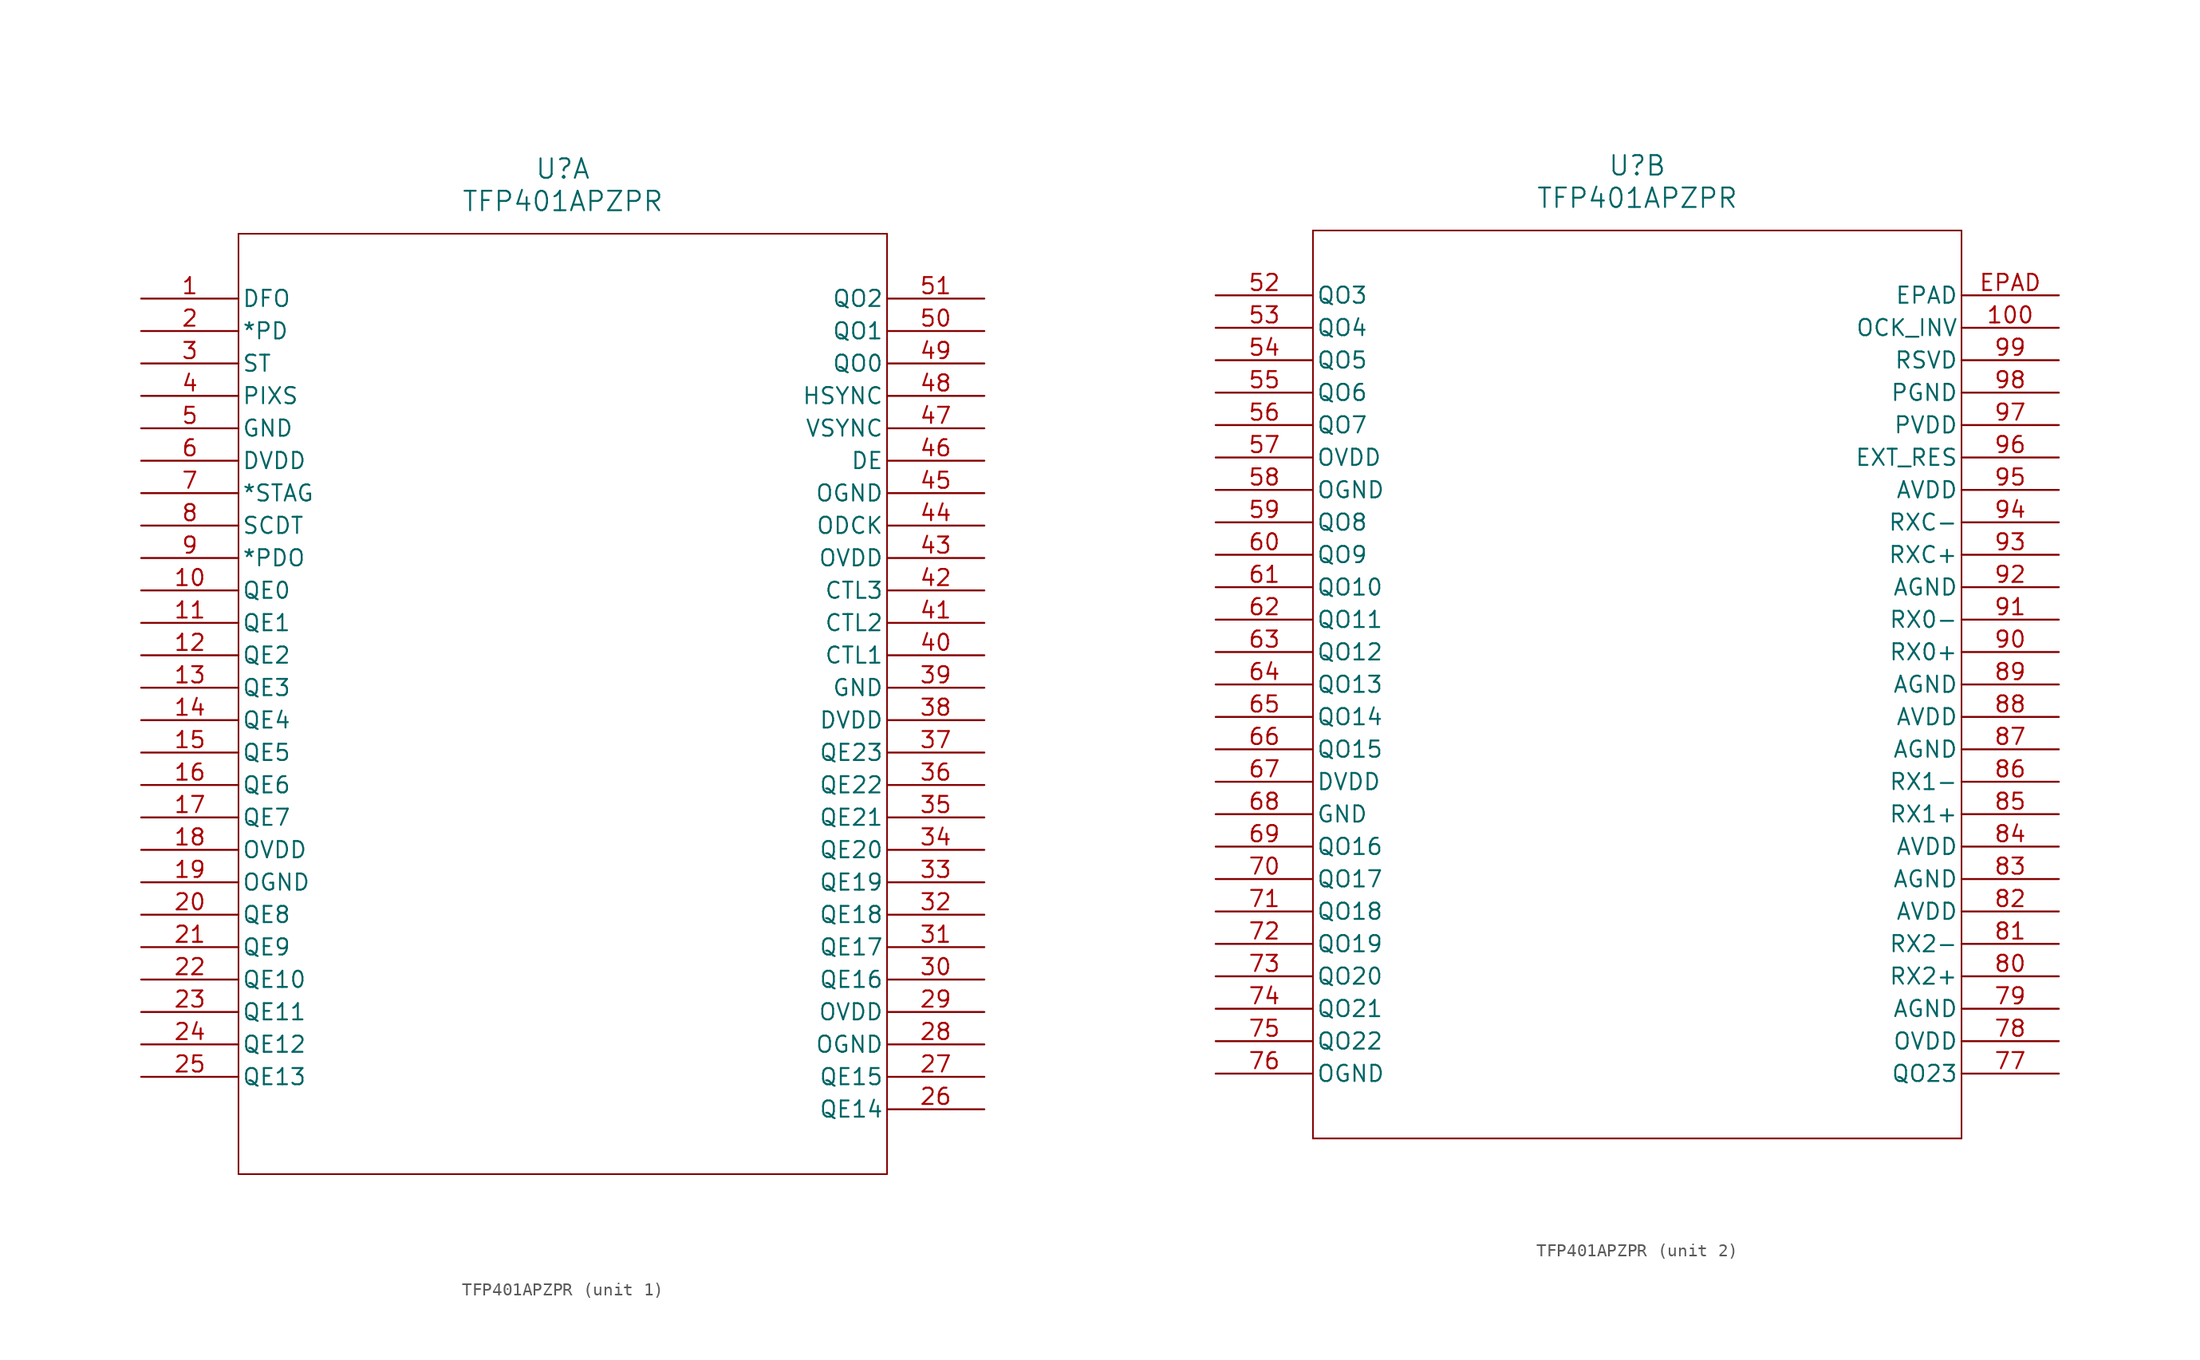
<source format=kicad_sym>
(kicad_symbol_lib
  (version 20211014)
  (generator kicad_symbol_editor)
  (symbol "TFP401APZPR"
    (pin_names
      (offset 0.254))
    (property "Reference" "U"
      (at 33.02 10.16 0)
      (effects (font (size 1.524 1.524))))
    (property "Value" "TFP401APZPR"
      (at 33.02 7.62 0)
      (effects (font (size 1.524 1.524))))
    (symbol "TFP401APZPR_1_1"
      (polyline (pts (xy 7.62 5.08) (xy 7.62 -68.58)) (stroke (width 0.127) (type default) (color 0 0 0 0)) (fill (type none)))
      (polyline (pts (xy 7.62 -68.58) (xy 58.42 -68.58)) (stroke (width 0.127) (type default) (color 0 0 0 0)) (fill (type none)))
      (polyline (pts (xy 58.42 -68.58) (xy 58.42 5.08)) (stroke (width 0.127) (type default) (color 0 0 0 0)) (fill (type none)))
      (polyline (pts (xy 58.42 5.08) (xy 7.62 5.08)) (stroke (width 0.127) (type default) (color 0 0 0 0)) (fill (type none)))
      (pin input line (at 0 0 0) (length 7.62) (name "DFO" (effects (font (size 1.27 1.27)))) (number "1" (effects (font (size 1.27 1.27)))))
      (pin input line (at 0 -2.54 0) (length 7.62) (name "*PD" (effects (font (size 1.27 1.27)))) (number "2" (effects (font (size 1.27 1.27)))))
      (pin input line (at 0 -5.08 0) (length 7.62) (name "ST" (effects (font (size 1.27 1.27)))) (number "3" (effects (font (size 1.27 1.27)))))
      (pin input line (at 0 -7.62 0) (length 7.62) (name "PIXS" (effects (font (size 1.27 1.27)))) (number "4" (effects (font (size 1.27 1.27)))))
      (pin power_in line (at 0 -10.16 0) (length 7.62) (name "GND" (effects (font (size 1.27 1.27)))) (number "5" (effects (font (size 1.27 1.27)))))
      (pin power_in line (at 0 -12.7 0) (length 7.62) (name "DVDD" (effects (font (size 1.27 1.27)))) (number "6" (effects (font (size 1.27 1.27)))))
      (pin input line (at 0 -15.24 0) (length 7.62) (name "*STAG" (effects (font (size 1.27 1.27)))) (number "7" (effects (font (size 1.27 1.27)))))
      (pin output line (at 0 -17.78 0) (length 7.62) (name "SCDT" (effects (font (size 1.27 1.27)))) (number "8" (effects (font (size 1.27 1.27)))))
      (pin input line (at 0 -20.32 0) (length 7.62) (name "*PDO" (effects (font (size 1.27 1.27)))) (number "9" (effects (font (size 1.27 1.27)))))
      (pin output line (at 0 -22.86 0) (length 7.62) (name "QE0" (effects (font (size 1.27 1.27)))) (number "10" (effects (font (size 1.27 1.27)))))
      (pin output line (at 0 -25.4 0) (length 7.62) (name "QE1" (effects (font (size 1.27 1.27)))) (number "11" (effects (font (size 1.27 1.27)))))
      (pin output line (at 0 -27.94 0) (length 7.62) (name "QE2" (effects (font (size 1.27 1.27)))) (number "12" (effects (font (size 1.27 1.27)))))
      (pin output line (at 0 -30.48 0) (length 7.62) (name "QE3" (effects (font (size 1.27 1.27)))) (number "13" (effects (font (size 1.27 1.27)))))
      (pin output line (at 0 -33.02 0) (length 7.62) (name "QE4" (effects (font (size 1.27 1.27)))) (number "14" (effects (font (size 1.27 1.27)))))
      (pin output line (at 0 -35.56 0) (length 7.62) (name "QE5" (effects (font (size 1.27 1.27)))) (number "15" (effects (font (size 1.27 1.27)))))
      (pin output line (at 0 -38.1 0) (length 7.62) (name "QE6" (effects (font (size 1.27 1.27)))) (number "16" (effects (font (size 1.27 1.27)))))
      (pin output line (at 0 -40.64 0) (length 7.62) (name "QE7" (effects (font (size 1.27 1.27)))) (number "17" (effects (font (size 1.27 1.27)))))
      (pin power_in line (at 0 -43.18 0) (length 7.62) (name "OVDD" (effects (font (size 1.27 1.27)))) (number "18" (effects (font (size 1.27 1.27)))))
      (pin power_in line (at 0 -45.72 0) (length 7.62) (name "OGND" (effects (font (size 1.27 1.27)))) (number "19" (effects (font (size 1.27 1.27)))))
      (pin output line (at 0 -48.26 0) (length 7.62) (name "QE8" (effects (font (size 1.27 1.27)))) (number "20" (effects (font (size 1.27 1.27)))))
      (pin output line (at 0 -50.8 0) (length 7.62) (name "QE9" (effects (font (size 1.27 1.27)))) (number "21" (effects (font (size 1.27 1.27)))))
      (pin output line (at 0 -53.34 0) (length 7.62) (name "QE10" (effects (font (size 1.27 1.27)))) (number "22" (effects (font (size 1.27 1.27)))))
      (pin output line (at 0 -55.88 0) (length 7.62) (name "QE11" (effects (font (size 1.27 1.27)))) (number "23" (effects (font (size 1.27 1.27)))))
      (pin output line (at 0 -58.42 0) (length 7.62) (name "QE12" (effects (font (size 1.27 1.27)))) (number "24" (effects (font (size 1.27 1.27)))))
      (pin output line (at 0 -60.96 0) (length 7.62) (name "QE13" (effects (font (size 1.27 1.27)))) (number "25" (effects (font (size 1.27 1.27)))))
      (pin output line (at 66.04 -63.5 180) (length 7.62) (name "QE14" (effects (font (size 1.27 1.27)))) (number "26" (effects (font (size 1.27 1.27)))))
      (pin output line (at 66.04 -60.96 180) (length 7.62) (name "QE15" (effects (font (size 1.27 1.27)))) (number "27" (effects (font (size 1.27 1.27)))))
      (pin power_in line (at 66.04 -58.42 180) (length 7.62) (name "OGND" (effects (font (size 1.27 1.27)))) (number "28" (effects (font (size 1.27 1.27)))))
      (pin power_in line (at 66.04 -55.88 180) (length 7.62) (name "OVDD" (effects (font (size 1.27 1.27)))) (number "29" (effects (font (size 1.27 1.27)))))
      (pin output line (at 66.04 -53.34 180) (length 7.62) (name "QE16" (effects (font (size 1.27 1.27)))) (number "30" (effects (font (size 1.27 1.27)))))
      (pin output line (at 66.04 -50.8 180) (length 7.62) (name "QE17" (effects (font (size 1.27 1.27)))) (number "31" (effects (font (size 1.27 1.27)))))
      (pin output line (at 66.04 -48.26 180) (length 7.62) (name "QE18" (effects (font (size 1.27 1.27)))) (number "32" (effects (font (size 1.27 1.27)))))
      (pin output line (at 66.04 -45.72 180) (length 7.62) (name "QE19" (effects (font (size 1.27 1.27)))) (number "33" (effects (font (size 1.27 1.27)))))
      (pin output line (at 66.04 -43.18 180) (length 7.62) (name "QE20" (effects (font (size 1.27 1.27)))) (number "34" (effects (font (size 1.27 1.27)))))
      (pin output line (at 66.04 -40.64 180) (length 7.62) (name "QE21" (effects (font (size 1.27 1.27)))) (number "35" (effects (font (size 1.27 1.27)))))
      (pin output line (at 66.04 -38.1 180) (length 7.62) (name "QE22" (effects (font (size 1.27 1.27)))) (number "36" (effects (font (size 1.27 1.27)))))
      (pin output line (at 66.04 -35.56 180) (length 7.62) (name "QE23" (effects (font (size 1.27 1.27)))) (number "37" (effects (font (size 1.27 1.27)))))
      (pin power_in line (at 66.04 -33.02 180) (length 7.62) (name "DVDD" (effects (font (size 1.27 1.27)))) (number "38" (effects (font (size 1.27 1.27)))))
      (pin power_in line (at 66.04 -30.48 180) (length 7.62) (name "GND" (effects (font (size 1.27 1.27)))) (number "39" (effects (font (size 1.27 1.27)))))
      (pin output line (at 66.04 -27.94 180) (length 7.62) (name "CTL1" (effects (font (size 1.27 1.27)))) (number "40" (effects (font (size 1.27 1.27)))))
      (pin output line (at 66.04 -25.4 180) (length 7.62) (name "CTL2" (effects (font (size 1.27 1.27)))) (number "41" (effects (font (size 1.27 1.27)))))
      (pin output line (at 66.04 -22.86 180) (length 7.62) (name "CTL3" (effects (font (size 1.27 1.27)))) (number "42" (effects (font (size 1.27 1.27)))))
      (pin power_in line (at 66.04 -20.32 180) (length 7.62) (name "OVDD" (effects (font (size 1.27 1.27)))) (number "43" (effects (font (size 1.27 1.27)))))
      (pin output line (at 66.04 -17.78 180) (length 7.62) (name "ODCK" (effects (font (size 1.27 1.27)))) (number "44" (effects (font (size 1.27 1.27)))))
      (pin power_in line (at 66.04 -15.24 180) (length 7.62) (name "OGND" (effects (font (size 1.27 1.27)))) (number "45" (effects (font (size 1.27 1.27)))))
      (pin output line (at 66.04 -12.7 180) (length 7.62) (name "DE" (effects (font (size 1.27 1.27)))) (number "46" (effects (font (size 1.27 1.27)))))
      (pin power_in line (at 66.04 -10.16 180) (length 7.62) (name "VSYNC" (effects (font (size 1.27 1.27)))) (number "47" (effects (font (size 1.27 1.27)))))
      (pin output line (at 66.04 -7.62 180) (length 7.62) (name "HSYNC" (effects (font (size 1.27 1.27)))) (number "48" (effects (font (size 1.27 1.27)))))
      (pin output line (at 66.04 -5.08 180) (length 7.62) (name "QO0" (effects (font (size 1.27 1.27)))) (number "49" (effects (font (size 1.27 1.27)))))
      (pin output line (at 66.04 -2.54 180) (length 7.62) (name "QO1" (effects (font (size 1.27 1.27)))) (number "50" (effects (font (size 1.27 1.27)))))
      (pin output line (at 66.04 0 180) (length 7.62) (name "QO2" (effects (font (size 1.27 1.27)))) (number "51" (effects (font (size 1.27 1.27))))))
    (symbol "TFP401APZPR_2_1"
      (polyline (pts (xy 7.62 5.08) (xy 7.62 -66.04)) (stroke (width 0.127) (type default) (color 0 0 0 0)) (fill (type none)))
      (polyline (pts (xy 7.62 -66.04) (xy 58.42 -66.04)) (stroke (width 0.127) (type default) (color 0 0 0 0)) (fill (type none)))
      (polyline (pts (xy 58.42 -66.04) (xy 58.42 5.08)) (stroke (width 0.127) (type default) (color 0 0 0 0)) (fill (type none)))
      (polyline (pts (xy 58.42 5.08) (xy 7.62 5.08)) (stroke (width 0.127) (type default) (color 0 0 0 0)) (fill (type none)))
      (pin output line (at 0 0 0) (length 7.62) (name "QO3" (effects (font (size 1.27 1.27)))) (number "52" (effects (font (size 1.27 1.27)))))
      (pin output line (at 0 -2.54 0) (length 7.62) (name "QO4" (effects (font (size 1.27 1.27)))) (number "53" (effects (font (size 1.27 1.27)))))
      (pin output line (at 0 -5.08 0) (length 7.62) (name "QO5" (effects (font (size 1.27 1.27)))) (number "54" (effects (font (size 1.27 1.27)))))
      (pin output line (at 0 -7.62 0) (length 7.62) (name "QO6" (effects (font (size 1.27 1.27)))) (number "55" (effects (font (size 1.27 1.27)))))
      (pin output line (at 0 -10.16 0) (length 7.62) (name "QO7" (effects (font (size 1.27 1.27)))) (number "56" (effects (font (size 1.27 1.27)))))
      (pin power_in line (at 0 -12.7 0) (length 7.62) (name "OVDD" (effects (font (size 1.27 1.27)))) (number "57" (effects (font (size 1.27 1.27)))))
      (pin power_in line (at 0 -15.24 0) (length 7.62) (name "OGND" (effects (font (size 1.27 1.27)))) (number "58" (effects (font (size 1.27 1.27)))))
      (pin output line (at 0 -17.78 0) (length 7.62) (name "QO8" (effects (font (size 1.27 1.27)))) (number "59" (effects (font (size 1.27 1.27)))))
      (pin output line (at 0 -20.32 0) (length 7.62) (name "QO9" (effects (font (size 1.27 1.27)))) (number "60" (effects (font (size 1.27 1.27)))))
      (pin output line (at 0 -22.86 0) (length 7.62) (name "QO10" (effects (font (size 1.27 1.27)))) (number "61" (effects (font (size 1.27 1.27)))))
      (pin output line (at 0 -25.4 0) (length 7.62) (name "QO11" (effects (font (size 1.27 1.27)))) (number "62" (effects (font (size 1.27 1.27)))))
      (pin output line (at 0 -27.94 0) (length 7.62) (name "QO12" (effects (font (size 1.27 1.27)))) (number "63" (effects (font (size 1.27 1.27)))))
      (pin output line (at 0 -30.48 0) (length 7.62) (name "QO13" (effects (font (size 1.27 1.27)))) (number "64" (effects (font (size 1.27 1.27)))))
      (pin output line (at 0 -33.02 0) (length 7.62) (name "QO14" (effects (font (size 1.27 1.27)))) (number "65" (effects (font (size 1.27 1.27)))))
      (pin output line (at 0 -35.56 0) (length 7.62) (name "QO15" (effects (font (size 1.27 1.27)))) (number "66" (effects (font (size 1.27 1.27)))))
      (pin power_in line (at 0 -38.1 0) (length 7.62) (name "DVDD" (effects (font (size 1.27 1.27)))) (number "67" (effects (font (size 1.27 1.27)))))
      (pin power_in line (at 0 -40.64 0) (length 7.62) (name "GND" (effects (font (size 1.27 1.27)))) (number "68" (effects (font (size 1.27 1.27)))))
      (pin output line (at 0 -43.18 0) (length 7.62) (name "QO16" (effects (font (size 1.27 1.27)))) (number "69" (effects (font (size 1.27 1.27)))))
      (pin output line (at 0 -45.72 0) (length 7.62) (name "QO17" (effects (font (size 1.27 1.27)))) (number "70" (effects (font (size 1.27 1.27)))))
      (pin output line (at 0 -48.26 0) (length 7.62) (name "QO18" (effects (font (size 1.27 1.27)))) (number "71" (effects (font (size 1.27 1.27)))))
      (pin output line (at 0 -50.8 0) (length 7.62) (name "QO19" (effects (font (size 1.27 1.27)))) (number "72" (effects (font (size 1.27 1.27)))))
      (pin output line (at 0 -53.34 0) (length 7.62) (name "QO20" (effects (font (size 1.27 1.27)))) (number "73" (effects (font (size 1.27 1.27)))))
      (pin output line (at 0 -55.88 0) (length 7.62) (name "QO21" (effects (font (size 1.27 1.27)))) (number "74" (effects (font (size 1.27 1.27)))))
      (pin output line (at 0 -58.42 0) (length 7.62) (name "QO22" (effects (font (size 1.27 1.27)))) (number "75" (effects (font (size 1.27 1.27)))))
      (pin power_in line (at 0 -60.96 0) (length 7.62) (name "OGND" (effects (font (size 1.27 1.27)))) (number "76" (effects (font (size 1.27 1.27)))))
      (pin output line (at 66.04 -60.96 180) (length 7.62) (name "QO23" (effects (font (size 1.27 1.27)))) (number "77" (effects (font (size 1.27 1.27)))))
      (pin power_in line (at 66.04 -58.42 180) (length 7.62) (name "OVDD" (effects (font (size 1.27 1.27)))) (number "78" (effects (font (size 1.27 1.27)))))
      (pin power_in line (at 66.04 -55.88 180) (length 7.62) (name "AGND" (effects (font (size 1.27 1.27)))) (number "79" (effects (font (size 1.27 1.27)))))
      (pin input line (at 66.04 -53.34 180) (length 7.62) (name "RX2+" (effects (font (size 1.27 1.27)))) (number "80" (effects (font (size 1.27 1.27)))))
      (pin input line (at 66.04 -50.8 180) (length 7.62) (name "RX2-" (effects (font (size 1.27 1.27)))) (number "81" (effects (font (size 1.27 1.27)))))
      (pin power_in line (at 66.04 -48.26 180) (length 7.62) (name "AVDD" (effects (font (size 1.27 1.27)))) (number "82" (effects (font (size 1.27 1.27)))))
      (pin power_in line (at 66.04 -45.72 180) (length 7.62) (name "AGND" (effects (font (size 1.27 1.27)))) (number "83" (effects (font (size 1.27 1.27)))))
      (pin power_in line (at 66.04 -43.18 180) (length 7.62) (name "AVDD" (effects (font (size 1.27 1.27)))) (number "84" (effects (font (size 1.27 1.27)))))
      (pin input line (at 66.04 -40.64 180) (length 7.62) (name "RX1+" (effects (font (size 1.27 1.27)))) (number "85" (effects (font (size 1.27 1.27)))))
      (pin input line (at 66.04 -38.1 180) (length 7.62) (name "RX1-" (effects (font (size 1.27 1.27)))) (number "86" (effects (font (size 1.27 1.27)))))
      (pin power_in line (at 66.04 -35.56 180) (length 7.62) (name "AGND" (effects (font (size 1.27 1.27)))) (number "87" (effects (font (size 1.27 1.27)))))
      (pin power_in line (at 66.04 -33.02 180) (length 7.62) (name "AVDD" (effects (font (size 1.27 1.27)))) (number "88" (effects (font (size 1.27 1.27)))))
      (pin power_in line (at 66.04 -30.48 180) (length 7.62) (name "AGND" (effects (font (size 1.27 1.27)))) (number "89" (effects (font (size 1.27 1.27)))))
      (pin input line (at 66.04 -27.94 180) (length 7.62) (name "RX0+" (effects (font (size 1.27 1.27)))) (number "90" (effects (font (size 1.27 1.27)))))
      (pin input line (at 66.04 -25.4 180) (length 7.62) (name "RX0-" (effects (font (size 1.27 1.27)))) (number "91" (effects (font (size 1.27 1.27)))))
      (pin power_in line (at 66.04 -22.86 180) (length 7.62) (name "AGND" (effects (font (size 1.27 1.27)))) (number "92" (effects (font (size 1.27 1.27)))))
      (pin input line (at 66.04 -20.32 180) (length 7.62) (name "RXC+" (effects (font (size 1.27 1.27)))) (number "93" (effects (font (size 1.27 1.27)))))
      (pin input line (at 66.04 -17.78 180) (length 7.62) (name "RXC-" (effects (font (size 1.27 1.27)))) (number "94" (effects (font (size 1.27 1.27)))))
      (pin power_in line (at 66.04 -15.24 180) (length 7.62) (name "AVDD" (effects (font (size 1.27 1.27)))) (number "95" (effects (font (size 1.27 1.27)))))
      (pin input line (at 66.04 -12.7 180) (length 7.62) (name "EXT_RES" (effects (font (size 1.27 1.27)))) (number "96" (effects (font (size 1.27 1.27)))))
      (pin power_in line (at 66.04 -10.16 180) (length 7.62) (name "PVDD" (effects (font (size 1.27 1.27)))) (number "97" (effects (font (size 1.27 1.27)))))
      (pin power_in line (at 66.04 -7.62 180) (length 7.62) (name "PGND" (effects (font (size 1.27 1.27)))) (number "98" (effects (font (size 1.27 1.27)))))
      (pin unspecified line (at 66.04 -5.08 180) (length 7.62) (name "RSVD" (effects (font (size 1.27 1.27)))) (number "99" (effects (font (size 1.27 1.27)))))
      (pin input line (at 66.04 -2.54 180) (length 7.62) (name "OCK_INV" (effects (font (size 1.27 1.27)))) (number "100" (effects (font (size 1.27 1.27)))))
      (pin unspecified line (at 66.04 0 180) (length 7.62) (name "EPAD" (effects (font (size 1.27 1.27)))) (number "EPAD" (effects (font (size 1.27 1.27))))))))
</source>
